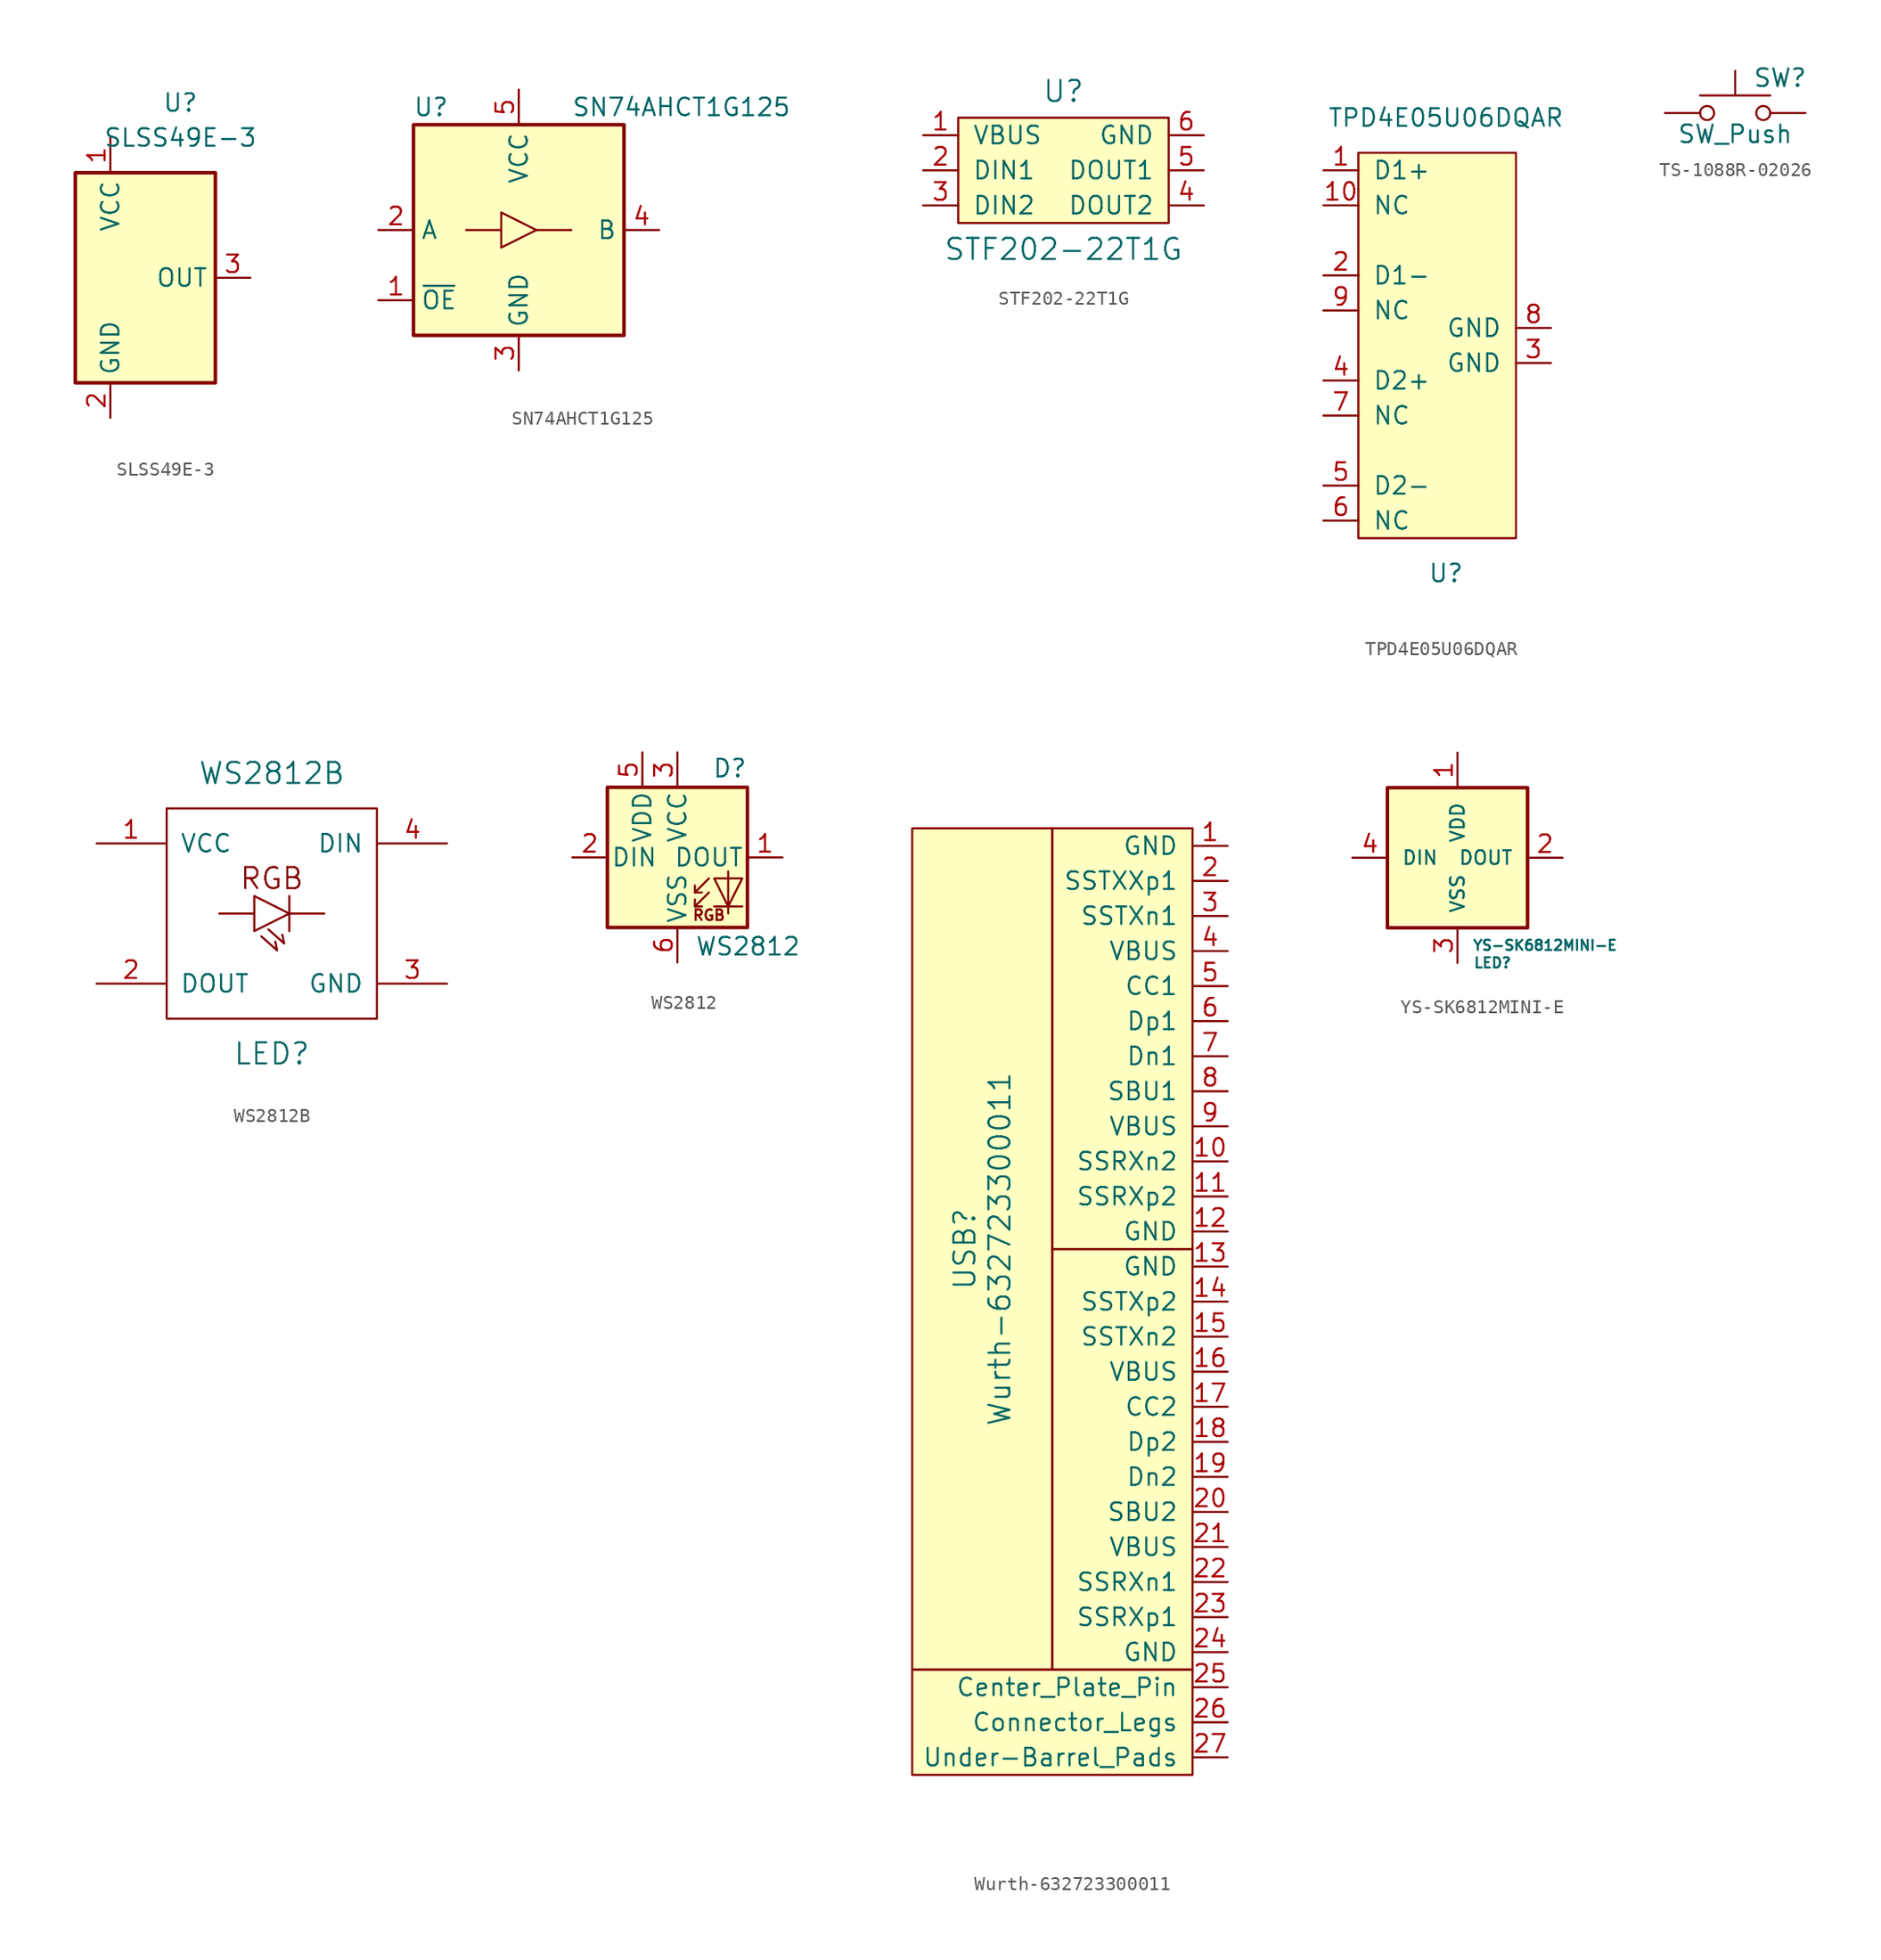
<source format=kicad_sym>
(kicad_symbol_lib
  (version 20231120)
  (generator "kicad_symbol_editor")
  (generator_version "8.0")
  (symbol "SLSS49E-3"
    (property "Reference" "U"
      (at 2.54 12.7 0)
      (effects (font (size 1.27 1.27))))
    (property "Value" "SLSS49E-3"
      (at 2.54 10.16 0)
      (effects (font (size 1.27 1.27))))
    (symbol "SLSS49E-3_1_1"
      (rectangle (start -5.08 7.62) (end 5.08 -7.62) (stroke (width 0.254) (type default)) (fill (type background)))
      (pin power_in line (at -2.54 10.16 270) (length 2.54) (name "VCC" (effects (font (size 1.27 1.27)))) (number "1" (effects (font (size 1.27 1.27)))))
      (pin power_in line (at -2.54 -10.16 90) (length 2.54) (name "GND" (effects (font (size 1.27 1.27)))) (number "2" (effects (font (size 1.27 1.27)))))
      (pin output line (at 7.62 0 180) (length 2.54) (name "OUT" (effects (font (size 1.27 1.27)))) (number "3" (effects (font (size 1.27 1.27)))))))
  (symbol "SN74AHCT1G125"
    (property "Reference" "U"
      (at -6.35 11.43 0)
      (effects (font (size 1.27 1.27))))
    (property "Value" "SN74AHCT1G125"
      (at 3.81 11.43 0)
      (effects (font (size 1.27 1.27)) (justify left)))
    (symbol "SN74AHCT1G125_0_1"
      (rectangle (start -7.62 10.16) (end 7.62 -5.08) (stroke (width 0.254) (type default)) (fill (type background)))
      (polyline (pts (xy -3.81 2.54) (xy -1.27 2.54)) (stroke (width 0) (type default)) (fill (type none)))
      (polyline (pts (xy 3.81 2.54) (xy 1.27 2.54)) (stroke (width 0) (type default)) (fill (type none)))
      (polyline (pts (xy -1.27 1.27) (xy -1.27 3.81) (xy 1.27 2.54) (xy -1.27 1.27)) (stroke (width 0) (type default)) (fill (type none))))
    (symbol "SN74AHCT1G125_1_1"
      (pin input line (at -10.16 -2.54 0) (length 2.54) (name "~{OE}" (effects (font (size 1.27 1.27)))) (number "1" (effects (font (size 1.27 1.27)))))
      (pin input line (at -10.16 2.54 0) (length 2.54) (name "A" (effects (font (size 1.27 1.27)))) (number "2" (effects (font (size 1.27 1.27)))))
      (pin power_in line (at 0 -7.62 90) (length 2.54) (name "GND" (effects (font (size 1.27 1.27)))) (number "3" (effects (font (size 1.27 1.27)))))
      (pin output line (at 10.16 2.54 180) (length 2.54) (name "B" (effects (font (size 1.27 1.27)))) (number "4" (effects (font (size 1.27 1.27)))))
      (pin power_in line (at 0 12.7 270) (length 2.54) (name "VCC" (effects (font (size 1.27 1.27)))) (number "5" (effects (font (size 1.27 1.27)))))))
  (symbol "STF202-22T1G"
    (pin_names
      (offset 1.016))
    (property "Reference" "U"
      (at 0 5.715 0)
      (effects (font (size 1.524 1.524))))
    (property "Value" "STF202-22T1G"
      (at 0 -5.715 0)
      (effects (font (size 1.524 1.524))))
    (symbol "STF202-22T1G_0_1"
      (rectangle (start -7.62 3.81) (end 7.62 -3.81) (stroke (width 0) (type default)) (fill (type background))))
    (symbol "STF202-22T1G_1_1"
      (pin input line (at -10.16 2.54 0) (length 2.54) (name "VBUS" (effects (font (size 1.27 1.27)))) (number "1" (effects (font (size 1.27 1.27)))))
      (pin input line (at -10.16 0 0) (length 2.54) (name "DIN1" (effects (font (size 1.27 1.27)))) (number "2" (effects (font (size 1.27 1.27)))))
      (pin input line (at -10.16 -2.54 0) (length 2.54) (name "DIN2" (effects (font (size 1.27 1.27)))) (number "3" (effects (font (size 1.27 1.27)))))
      (pin input line (at 10.16 -2.54 180) (length 2.54) (name "DOUT2" (effects (font (size 1.27 1.27)))) (number "4" (effects (font (size 1.27 1.27)))))
      (pin input line (at 10.16 0 180) (length 2.54) (name "DOUT1" (effects (font (size 1.27 1.27)))) (number "5" (effects (font (size 1.27 1.27)))))
      (pin input line (at 10.16 2.54 180) (length 2.54) (name "GND" (effects (font (size 1.27 1.27)))) (number "6" (effects (font (size 1.27 1.27)))))))
  (symbol "TPD4E05U06DQAR"
    (pin_names
      (offset 1.016))
    (property "Reference" "U"
      (at 0 -16.51 0)
      (effects (font (size 1.27 1.27))))
    (property "Value" "TPD4E05U06DQAR"
      (at 0 16.51 0)
      (effects (font (size 1.27 1.27))))
    (symbol "TPD4E05U06DQAR_0_1"
      (rectangle (start -6.35 13.97) (end 5.08 -13.97) (stroke (width 0) (type default)) (fill (type background))))
    (symbol "TPD4E05U06DQAR_1_1"
      (pin passive line (at -8.89 12.7 0) (length 2.54) (name "D1+" (effects (font (size 1.27 1.27)))) (number "1" (effects (font (size 1.27 1.27)))))
      (pin passive line (at -8.89 10.16 0) (length 2.54) (name "NC" (effects (font (size 1.27 1.27)))) (number "10" (effects (font (size 1.27 1.27)))))
      (pin passive line (at -8.89 5.08 0) (length 2.54) (name "D1-" (effects (font (size 1.27 1.27)))) (number "2" (effects (font (size 1.27 1.27)))))
      (pin passive line (at 7.62 -1.27 180) (length 2.54) (name "GND" (effects (font (size 1.27 1.27)))) (number "3" (effects (font (size 1.27 1.27)))))
      (pin passive line (at -8.89 -2.54 0) (length 2.54) (name "D2+" (effects (font (size 1.27 1.27)))) (number "4" (effects (font (size 1.27 1.27)))))
      (pin passive line (at -8.89 -10.16 0) (length 2.54) (name "D2-" (effects (font (size 1.27 1.27)))) (number "5" (effects (font (size 1.27 1.27)))))
      (pin passive line (at -8.89 -12.7 0) (length 2.54) (name "NC" (effects (font (size 1.27 1.27)))) (number "6" (effects (font (size 1.27 1.27)))))
      (pin passive line (at -8.89 -5.08 0) (length 2.54) (name "NC" (effects (font (size 1.27 1.27)))) (number "7" (effects (font (size 1.27 1.27)))))
      (pin passive line (at 7.62 1.27 180) (length 2.54) (name "GND" (effects (font (size 1.27 1.27)))) (number "8" (effects (font (size 1.27 1.27)))))
      (pin passive line (at -8.89 2.54 0) (length 2.54) (name "NC" (effects (font (size 1.27 1.27)))) (number "9" (effects (font (size 1.27 1.27)))))))
  (symbol "TS-1088R-02026"
    (pin_numbers hide)
    (pin_names
      (offset 1.016) hide)
    (property "Reference" "SW"
      (at 1.27 2.54 0)
      (effects (font (size 1.27 1.27)) (justify left)))
    (property "Value" "SW_Push"
      (at 0 -1.524 0)
      (effects (font (size 1.27 1.27))))
    (symbol "TS-1088R-02026_0_1"
      (circle (center -2.032 0) (radius 0.508) (stroke (width 0) (type default)) (fill (type none)))
      (polyline (pts (xy 0 1.27) (xy 0 3.048)) (stroke (width 0) (type default)) (fill (type none)))
      (polyline (pts (xy 2.54 1.27) (xy -2.54 1.27)) (stroke (width 0) (type default)) (fill (type none)))
      (circle (center 2.032 0) (radius 0.508) (stroke (width 0) (type default)) (fill (type none)))
      (pin passive line (at -5.08 0 0) (length 2.54) (name "1" (effects (font (size 1.27 1.27)))) (number "1" (effects (font (size 1.27 1.27)))))
      (pin passive line (at 5.08 0 180) (length 2.54) (name "2" (effects (font (size 1.27 1.27)))) (number "2" (effects (font (size 1.27 1.27)))))))
  (symbol "WS2812B"
    (pin_names
      (offset 1.016))
    (property "Reference" "LED"
      (at 0 -10.16 0)
      (effects (font (size 1.524 1.524))))
    (property "Value" "WS2812B"
      (at 0 10.16 0)
      (effects (font (size 1.524 1.524))))
    (property "Footprint" ""
      (at -1.27 0 90)
      (effects (font (size 1.524 1.524))))
    (property "Datasheet" ""
      (at -1.27 0 90)
      (effects (font (size 1.524 1.524))))
    (symbol "WS2812B_0_0"
      (polyline (pts (xy -1.27 0) (xy -3.81 0)) (stroke (width 0) (type default)) (fill (type none)))
      (polyline (pts (xy -0.254 -1.143) (xy 0.889 -2.159)) (stroke (width 0) (type default)) (fill (type none)))
      (polyline (pts (xy 0.381 -2.667) (xy -0.762 -1.651)) (stroke (width 0) (type default)) (fill (type none)))
      (polyline (pts (xy 0.381 -2.667) (xy 0.254 -2.032)) (stroke (width 0) (type default)) (fill (type none)))
      (polyline (pts (xy 0.889 -2.159) (xy 0.762 -1.524)) (stroke (width 0) (type default)) (fill (type none)))
      (polyline (pts (xy 1.27 0) (xy 3.81 0)) (stroke (width 0) (type default)) (fill (type none)))
      (text "RGB" (at 0 2.54 0) (effects (font (size 1.524 1.524)))))
    (symbol "WS2812B_0_1"
      (rectangle (start -7.62 7.62) (end 7.62 -7.62) (stroke (width 0) (type default)) (fill (type none)))
      (polyline (pts (xy 1.27 0) (xy -1.27 1.27) (xy -1.27 -1.27) (xy 1.27 0) (xy 1.27 0)) (stroke (width 0) (type default)) (fill (type none)))
      (rectangle (start 1.27 1.27) (end 1.27 -1.27) (stroke (width 0) (type default)) (fill (type none))))
    (symbol "WS2812B_1_1"
      (pin power_in line (at -12.7 5.08 0) (length 5.004) (name "VCC" (effects (font (size 1.27 1.27)))) (number "1" (effects (font (size 1.27 1.27)))))
      (pin output line (at -12.7 -5.08 0) (length 5.004) (name "DOUT" (effects (font (size 1.27 1.27)))) (number "2" (effects (font (size 1.27 1.27)))))
      (pin power_in line (at 12.7 -5.08 180) (length 5.004) (name "GND" (effects (font (size 1.27 1.27)))) (number "3" (effects (font (size 1.27 1.27)))))
      (pin input line (at 12.7 5.08 180) (length 5.004) (name "DIN" (effects (font (size 1.27 1.27)))) (number "4" (effects (font (size 1.27 1.27)))))))
  (symbol "WS2812"
    (pin_names
      (offset 0.254))
    (property "Reference" "D"
      (at 5.08 5.715 0)
      (effects (font (size 1.27 1.27)) (justify right bottom)))
    (property "Value" "WS2812"
      (at 1.27 -5.715 0)
      (effects (font (size 1.27 1.27)) (justify left top)))
    (symbol "WS2812_0_0"
      (text "RGB" (at 2.286 -4.191 0) (effects (font (size 0.762 0.762)))))
    (symbol "WS2812_0_1"
      (polyline (pts (xy 1.27 -3.556) (xy 1.778 -3.556)) (stroke (width 0) (type default)) (fill (type none)))
      (polyline (pts (xy 1.27 -2.54) (xy 1.778 -2.54)) (stroke (width 0) (type default)) (fill (type none)))
      (polyline (pts (xy 4.699 -3.556) (xy 2.667 -3.556)) (stroke (width 0) (type default)) (fill (type none)))
      (polyline (pts (xy 2.286 -2.54) (xy 1.27 -3.556) (xy 1.27 -3.048)) (stroke (width 0) (type default)) (fill (type none)))
      (polyline (pts (xy 2.286 -1.524) (xy 1.27 -2.54) (xy 1.27 -2.032)) (stroke (width 0) (type default)) (fill (type none)))
      (polyline (pts (xy 3.683 -1.016) (xy 3.683 -3.556) (xy 3.683 -4.064)) (stroke (width 0) (type default)) (fill (type none)))
      (polyline (pts (xy 4.699 -1.524) (xy 2.667 -1.524) (xy 3.683 -3.556) (xy 4.699 -1.524)) (stroke (width 0) (type default)) (fill (type none)))
      (rectangle (start 5.08 5.08) (end -5.08 -5.08) (stroke (width 0.254) (type default)) (fill (type background))))
    (symbol "WS2812_1_1"
      (pin output line (at 7.62 0 180) (length 2.54) (name "DOUT" (effects (font (size 1.27 1.27)))) (number "1" (effects (font (size 1.27 1.27)))))
      (pin input line (at -7.62 0 0) (length 2.54) (name "DIN" (effects (font (size 1.27 1.27)))) (number "2" (effects (font (size 1.27 1.27)))))
      (pin power_in line (at 0 7.62 270) (length 2.54) (name "VCC" (effects (font (size 1.27 1.27)))) (number "3" (effects (font (size 1.27 1.27)))))
      (pin no_connect line (at 5.08 2.54 180) (length 2.54) hide (name "NC" (effects (font (size 1.27 1.27)))) (number "4" (effects (font (size 1.27 1.27)))))
      (pin power_in line (at -2.54 7.62 270) (length 2.54) (name "VDD" (effects (font (size 1.27 1.27)))) (number "5" (effects (font (size 1.27 1.27)))))
      (pin power_in line (at 0 -7.62 90) (length 2.54) (name "VSS" (effects (font (size 1.27 1.27)))) (number "6" (effects (font (size 1.27 1.27)))))))
  (symbol "Wurth-632723300011"
    (pin_names
      (offset 1.016))
    (property "Reference" "USB"
      (at -16.51 0 90)
      (effects (font (size 1.524 1.524))))
    (property "Value" "Wurth-632723300011"
      (at -13.97 0 90)
      (effects (font (size 1.524 1.524))))
    (symbol "Wurth-632723300011_0_1"
      (rectangle (start -10.16 0) (end 0 -30.48) (stroke (width 0) (type default)) (fill (type background)))
      (rectangle (start -10.16 30.48) (end -20.32 -30.48) (stroke (width 0) (type default)) (fill (type background)))
      (rectangle (start 0 -30.48) (end -20.32 -38.1) (stroke (width 0) (type default)) (fill (type background)))
      (rectangle (start 0 0) (end -10.16 30.48) (stroke (width 0) (type default)) (fill (type background))))
    (symbol "Wurth-632723300011_1_1"
      (pin input line (at 2.54 29.21 180) (length 2.54) (name "GND" (effects (font (size 1.27 1.27)))) (number "1" (effects (font (size 1.27 1.27)))))
      (pin input line (at 2.54 6.35 180) (length 2.54) (name "SSRXn2" (effects (font (size 1.27 1.27)))) (number "10" (effects (font (size 1.27 1.27)))))
      (pin input line (at 2.54 3.81 180) (length 2.54) (name "SSRXp2" (effects (font (size 1.27 1.27)))) (number "11" (effects (font (size 1.27 1.27)))))
      (pin input line (at 2.54 1.27 180) (length 2.54) (name "GND" (effects (font (size 1.27 1.27)))) (number "12" (effects (font (size 1.27 1.27)))))
      (pin input line (at 2.54 -1.27 180) (length 2.54) (name "GND" (effects (font (size 1.27 1.27)))) (number "13" (effects (font (size 1.27 1.27)))))
      (pin input line (at 2.54 -3.81 180) (length 2.54) (name "SSTXp2" (effects (font (size 1.27 1.27)))) (number "14" (effects (font (size 1.27 1.27)))))
      (pin input line (at 2.54 -6.35 180) (length 2.54) (name "SSTXn2" (effects (font (size 1.27 1.27)))) (number "15" (effects (font (size 1.27 1.27)))))
      (pin input line (at 2.54 -8.89 180) (length 2.54) (name "VBUS" (effects (font (size 1.27 1.27)))) (number "16" (effects (font (size 1.27 1.27)))))
      (pin input line (at 2.54 -11.43 180) (length 2.54) (name "CC2" (effects (font (size 1.27 1.27)))) (number "17" (effects (font (size 1.27 1.27)))))
      (pin input line (at 2.54 -13.97 180) (length 2.54) (name "Dp2" (effects (font (size 1.27 1.27)))) (number "18" (effects (font (size 1.27 1.27)))))
      (pin input line (at 2.54 -16.51 180) (length 2.54) (name "Dn2" (effects (font (size 1.27 1.27)))) (number "19" (effects (font (size 1.27 1.27)))))
      (pin input line (at 2.54 26.67 180) (length 2.54) (name "SSTXXp1" (effects (font (size 1.27 1.27)))) (number "2" (effects (font (size 1.27 1.27)))))
      (pin input line (at 2.54 -19.05 180) (length 2.54) (name "SBU2" (effects (font (size 1.27 1.27)))) (number "20" (effects (font (size 1.27 1.27)))))
      (pin input line (at 2.54 -21.59 180) (length 2.54) (name "VBUS" (effects (font (size 1.27 1.27)))) (number "21" (effects (font (size 1.27 1.27)))))
      (pin input line (at 2.54 -24.13 180) (length 2.54) (name "SSRXn1" (effects (font (size 1.27 1.27)))) (number "22" (effects (font (size 1.27 1.27)))))
      (pin input line (at 2.54 -26.67 180) (length 2.54) (name "SSRXp1" (effects (font (size 1.27 1.27)))) (number "23" (effects (font (size 1.27 1.27)))))
      (pin input line (at 2.54 -29.21 180) (length 2.54) (name "GND" (effects (font (size 1.27 1.27)))) (number "24" (effects (font (size 1.27 1.27)))))
      (pin input line (at 2.54 -31.75 180) (length 2.54) (name "Center_Plate_Pin" (effects (font (size 1.27 1.27)))) (number "25" (effects (font (size 1.27 1.27)))))
      (pin input line (at 2.54 -34.29 180) (length 2.54) (name "Connector_Legs" (effects (font (size 1.27 1.27)))) (number "26" (effects (font (size 1.27 1.27)))))
      (pin input line (at 2.54 -36.83 180) (length 2.54) (name "Under-Barrel_Pads" (effects (font (size 1.27 1.27)))) (number "27" (effects (font (size 1.27 1.27)))))
      (pin input line (at 2.54 24.13 180) (length 2.54) (name "SSTXn1" (effects (font (size 1.27 1.27)))) (number "3" (effects (font (size 1.27 1.27)))))
      (pin input line (at 2.54 21.59 180) (length 2.54) (name "VBUS" (effects (font (size 1.27 1.27)))) (number "4" (effects (font (size 1.27 1.27)))))
      (pin input line (at 2.54 19.05 180) (length 2.54) (name "CC1" (effects (font (size 1.27 1.27)))) (number "5" (effects (font (size 1.27 1.27)))))
      (pin input line (at 2.54 16.51 180) (length 2.54) (name "Dp1" (effects (font (size 1.27 1.27)))) (number "6" (effects (font (size 1.27 1.27)))))
      (pin input line (at 2.54 13.97 180) (length 2.54) (name "Dn1" (effects (font (size 1.27 1.27)))) (number "7" (effects (font (size 1.27 1.27)))))
      (pin input line (at 2.54 11.43 180) (length 2.54) (name "SBU1" (effects (font (size 1.27 1.27)))) (number "8" (effects (font (size 1.27 1.27)))))
      (pin input line (at 2.54 8.89 180) (length 2.54) (name "VBUS" (effects (font (size 1.27 1.27)))) (number "9" (effects (font (size 1.27 1.27)))))))
  (symbol "YS-SK6812MINI-E"
    (pin_names
      (offset 1.016))
    (property "Reference" "LED"
      (at 2.54 -7.62 0)
      (effects (font (size 0.737 0.737))))
    (property "Value" "YS-SK6812MINI-E"
      (at 6.35 -6.35 0)
      (effects (font (size 0.737 0.737))))
    (symbol "YS-SK6812MINI-E_0_1"
      (rectangle (start -5.08 5.08) (end 5.08 -5.08) (stroke (width 0.254) (type default)) (fill (type background))))
    (symbol "YS-SK6812MINI-E_1_1"
      (pin power_in line (at 0 7.62 270) (length 2.54) (name "VDD" (effects (font (size 0.991 0.991)))) (number "1" (effects (font (size 1.27 1.27)))))
      (pin output line (at 7.62 0 180) (length 2.54) (name "DOUT" (effects (font (size 0.991 0.991)))) (number "2" (effects (font (size 1.27 1.27)))))
      (pin power_in line (at 0 -7.62 90) (length 2.54) (name "VSS" (effects (font (size 0.991 0.991)))) (number "3" (effects (font (size 1.27 1.27)))))
      (pin input line (at -7.62 0 0) (length 2.54) (name "DIN" (effects (font (size 0.991 0.991)))) (number "4" (effects (font (size 1.27 1.27))))))))
</source>
